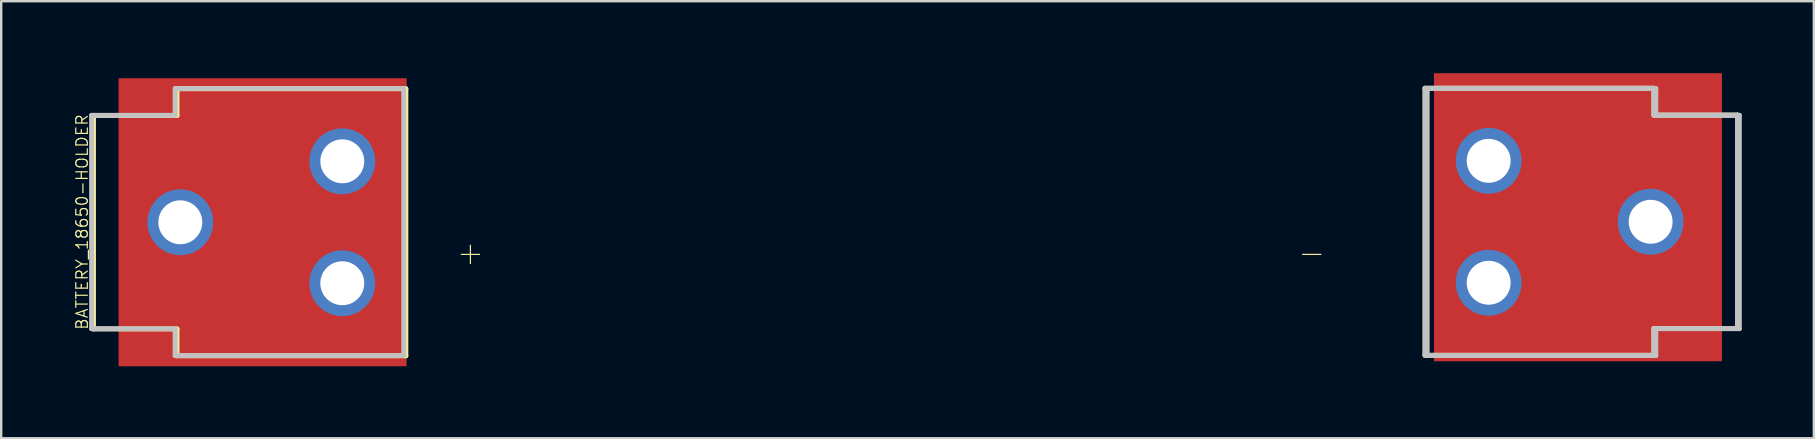
<source format=kicad_pcb>
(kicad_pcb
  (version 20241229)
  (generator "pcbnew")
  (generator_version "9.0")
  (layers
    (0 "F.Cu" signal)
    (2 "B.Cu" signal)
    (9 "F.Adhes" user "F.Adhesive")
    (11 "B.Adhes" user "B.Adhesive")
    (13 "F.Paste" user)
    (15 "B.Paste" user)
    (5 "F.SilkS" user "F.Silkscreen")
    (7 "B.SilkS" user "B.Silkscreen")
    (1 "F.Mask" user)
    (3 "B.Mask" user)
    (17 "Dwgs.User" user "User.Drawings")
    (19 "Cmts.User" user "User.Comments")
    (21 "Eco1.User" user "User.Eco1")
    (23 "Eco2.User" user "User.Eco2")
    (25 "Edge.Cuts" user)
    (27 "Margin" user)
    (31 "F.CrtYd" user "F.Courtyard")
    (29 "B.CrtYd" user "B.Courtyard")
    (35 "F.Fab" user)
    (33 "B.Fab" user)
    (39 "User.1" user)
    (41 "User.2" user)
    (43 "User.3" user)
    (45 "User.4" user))
  (footprint "BATTERY_18650-HOLDER"
    (layer "F.Cu")
    (at 35.09 6.2)
    (property "Reference" "BATTERY_18650-HOLDER" (at -34.722 0 90) (layer "F.SilkS") (effects (font (size 0.48 0.48) (thickness 0.05))))
    (attr through_hole)
    (fp_line (start -34.245 -4.435) (end -30.765 -4.435) (stroke (width 0.203) (type solid)) (layer "F.SilkS"))
    (fp_line (start -34.245 4.455) (end -34.245 -4.435) (stroke (width 0.203) (type solid)) (layer "F.SilkS"))
    (fp_line (start -30.765 -5.553) (end -21.23 -5.553) (stroke (width 0.203) (type solid)) (layer "F.SilkS"))
    (fp_line (start -30.765 -4.435) (end -30.765 -5.553) (stroke (width 0.203) (type solid)) (layer "F.SilkS"))
    (fp_line (start -30.765 4.455) (end -34.245 4.455) (stroke (width 0.203) (type solid)) (layer "F.SilkS"))
    (fp_line (start -30.765 5.573) (end -30.765 4.455) (stroke (width 0.203) (type solid)) (layer "F.SilkS"))
    (fp_line (start -21.23 -5.553) (end -21.23 5.573) (stroke (width 0.203) (type solid)) (layer "F.SilkS"))
    (fp_line (start -21.23 5.573) (end -30.765 5.573) (stroke (width 0.203) (type solid)) (layer "F.SilkS"))
    (fp_line (start 21.23 -5.573) (end 30.765 -5.573) (stroke (width 0.203) (type solid)) (layer "F.SilkS"))
    (fp_line (start 21.23 5.553) (end 21.23 -5.573) (stroke (width 0.203) (type solid)) (layer "F.SilkS"))
    (fp_line (start 30.765 -5.573) (end 30.765 -4.455) (stroke (width 0.203) (type solid)) (layer "F.SilkS"))
    (fp_line (start 30.765 -4.455) (end 34.245 -4.455) (stroke (width 0.203) (type solid)) (layer "F.SilkS"))
    (fp_line (start 30.765 4.435) (end 30.765 5.553) (stroke (width 0.203) (type solid)) (layer "F.SilkS"))
    (fp_line (start 30.765 5.553) (end 21.23 5.553) (stroke (width 0.203) (type solid)) (layer "F.SilkS"))
    (fp_line (start 34.245 -4.455) (end 34.245 4.435) (stroke (width 0.203) (type solid)) (layer "F.SilkS"))
    (fp_line (start 34.245 4.435) (end 30.765 4.435) (stroke (width 0.203) (type solid)) (layer "F.SilkS"))
    (fp_line (start -34.325 -4.445) (end -30.845 -4.445) (stroke (width 0.203) (type solid)) (layer "Dwgs.User"))
    (fp_line (start -34.325 4.445) (end -34.325 -4.445) (stroke (width 0.203) (type solid)) (layer "Dwgs.User"))
    (fp_line (start -30.845 -5.563) (end -21.32 -5.563) (stroke (width 0.203) (type solid)) (layer "Dwgs.User"))
    (fp_line (start -30.845 -4.445) (end -30.845 -5.563) (stroke (width 0.203) (type solid)) (layer "Dwgs.User"))
    (fp_line (start -30.845 4.445) (end -34.325 4.445) (stroke (width 0.203) (type solid)) (layer "Dwgs.User"))
    (fp_line (start -30.845 5.563) (end -30.845 4.445) (stroke (width 0.203) (type solid)) (layer "Dwgs.User"))
    (fp_line (start -21.32 -5.563) (end -21.32 5.563) (stroke (width 0.203) (type solid)) (layer "Dwgs.User"))
    (fp_line (start -21.32 5.563) (end -30.845 5.563) (stroke (width 0.203) (type solid)) (layer "Dwgs.User"))
    (fp_line (start 21.23 -5.573) (end 30.765 -5.573) (stroke (width 0.203) (type solid)) (layer "Dwgs.User"))
    (fp_line (start 21.23 5.553) (end 21.23 -5.573) (stroke (width 0.203) (type solid)) (layer "Dwgs.User"))
    (fp_line (start 21.32 -5.563) (end 30.845 -5.563) (stroke (width 0.203) (type solid)) (layer "Dwgs.User"))
    (fp_line (start 21.32 5.563) (end 21.32 -5.563) (stroke (width 0.203) (type solid)) (layer "Dwgs.User"))
    (fp_line (start 30.765 -5.573) (end 30.765 -4.455) (stroke (width 0.203) (type solid)) (layer "Dwgs.User"))
    (fp_line (start 30.765 -4.455) (end 34.245 -4.455) (stroke (width 0.203) (type solid)) (layer "Dwgs.User"))
    (fp_line (start 30.765 4.435) (end 30.765 5.553) (stroke (width 0.203) (type solid)) (layer "Dwgs.User"))
    (fp_line (start 30.765 5.553) (end 21.23 5.553) (stroke (width 0.203) (type solid)) (layer "Dwgs.User"))
    (fp_line (start 30.845 -5.563) (end 30.845 -4.445) (stroke (width 0.203) (type solid)) (layer "Dwgs.User"))
    (fp_line (start 30.845 -4.445) (end 34.325 -4.445) (stroke (width 0.203) (type solid)) (layer "Dwgs.User"))
    (fp_line (start 30.845 4.445) (end 30.845 5.563) (stroke (width 0.203) (type solid)) (layer "Dwgs.User"))
    (fp_line (start 30.845 5.563) (end 21.32 5.563) (stroke (width 0.203) (type solid)) (layer "Dwgs.User"))
    (fp_line (start 34.245 -4.455) (end 34.245 4.435) (stroke (width 0.203) (type solid)) (layer "Dwgs.User"))
    (fp_line (start 34.245 4.435) (end 30.765 4.435) (stroke (width 0.203) (type solid)) (layer "Dwgs.User"))
    (fp_line (start 34.325 -4.445) (end 34.325 4.445) (stroke (width 0.203) (type solid)) (layer "Dwgs.User"))
    (fp_line (start 34.325 4.445) (end 30.845 4.445) (stroke (width 0.203) (type solid)) (layer "Dwgs.User"))
    (fp_text user "+" (at -18.542 1.27 0) (layer "F.SilkS") (effects (font (size 1 1) (thickness 0.05))))
    (fp_text user "-" (at 16.51 1.27 0) (layer "F.SilkS") (effects (font (size 1 1) (thickness 0.05))))
    (pad "1" thru_hole circle (at -30.628 0.01) (size 2.743 2.743) (drill 1.829) (layers "*.Cu" "*.Mask"))
    (pad "1" smd rect (at -27.2 0.01) (size 12 12) (layers "F.Cu" "F.Mask" "F.Paste"))
    (pad "2" smd rect (at 27.6 -0.2 180) (size 12 12) (layers "F.Cu" "F.Mask" "F.Paste"))
    (pad "2" thru_hole circle (at 30.628 -0.01 180) (size 2.743 2.743) (drill 1.829) (layers "*.Cu" "*.Mask"))
    (pad "GND@2" thru_hole circle (at 23.88 -2.55 270) (size 2.743 2.743) (drill 1.829) (layers "*.Cu" "*.Mask"))
    (pad "GND@3" thru_hole circle (at 23.88 2.53 270) (size 2.743 2.743) (drill 1.829) (layers "*.Cu" "*.Mask"))
    (pad "PWR@2" thru_hole circle (at -23.88 -2.53 90) (size 2.743 2.743) (drill 1.829) (layers "*.Cu" "*.Mask"))
    (pad "PWR@3" thru_hole circle (at -23.88 2.55 90) (size 2.743 2.743) (drill 1.829) (layers "*.Cu" "*.Mask")))
  (gr_rect
    (start -3 -3)
    (end 72.517 15.21)
    (stroke (width 0.1) (type default))
    (fill no)
    (layer "Edge.Cuts")))
</source>
